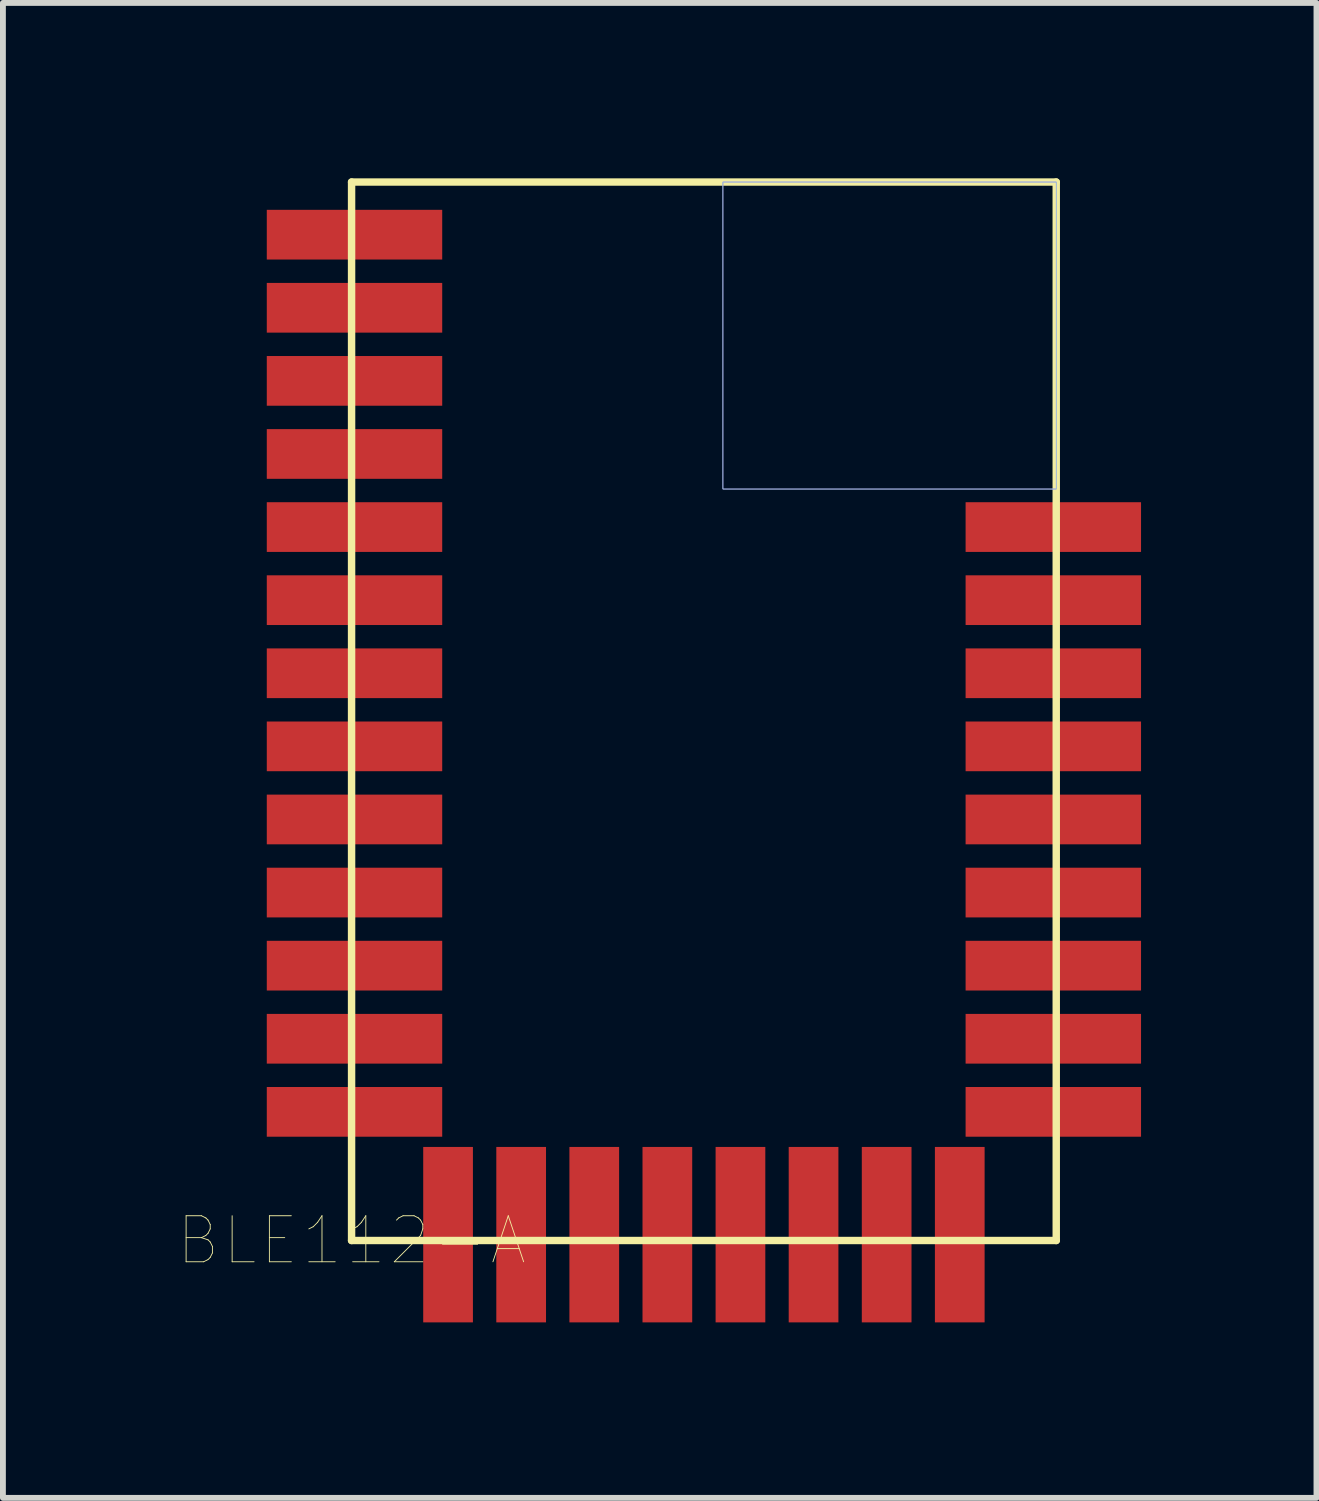
<source format=kicad_pcb>
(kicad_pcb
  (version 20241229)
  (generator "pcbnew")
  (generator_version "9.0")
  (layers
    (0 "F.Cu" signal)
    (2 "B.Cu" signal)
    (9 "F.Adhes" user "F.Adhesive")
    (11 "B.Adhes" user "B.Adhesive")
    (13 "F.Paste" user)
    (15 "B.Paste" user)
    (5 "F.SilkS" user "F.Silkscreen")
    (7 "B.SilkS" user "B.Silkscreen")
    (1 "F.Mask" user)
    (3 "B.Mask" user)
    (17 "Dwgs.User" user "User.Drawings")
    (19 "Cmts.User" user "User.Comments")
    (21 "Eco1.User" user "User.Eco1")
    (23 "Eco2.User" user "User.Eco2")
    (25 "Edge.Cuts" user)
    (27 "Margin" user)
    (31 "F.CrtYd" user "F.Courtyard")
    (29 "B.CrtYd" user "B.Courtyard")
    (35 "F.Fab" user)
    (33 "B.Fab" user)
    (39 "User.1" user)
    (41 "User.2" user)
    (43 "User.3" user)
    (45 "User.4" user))
  (footprint "BLE112-A"
    (layer "F.Cu")
    (at 2.962 18.163)
    (property "Reference" "BLE112-A" (at 0 0 0) (layer "F.SilkS") (effects (font (size 0.787 0.787) (thickness 0.015))))
    (attr through_hole)
    (fp_line (start 0 -18.1) (end 0 0) (stroke (width 0.127) (type solid)) (layer "F.SilkS"))
    (fp_line (start 0 0) (end 12.05 0) (stroke (width 0.127) (type solid)) (layer "F.SilkS"))
    (fp_line (start 12.05 -18.1) (end 0 -18.1) (stroke (width 0.127) (type solid)) (layer "F.SilkS"))
    (fp_line (start 12.05 0) (end 12.05 -18.1) (stroke (width 0.127) (type solid)) (layer "F.SilkS"))
    (fp_poly (pts (xy 6.35 -18.1) (xy 12.05 -18.1) (xy 12.05 -12.85) (xy 6.35 -12.85)) (stroke (width 0.01) (type solid)) (fill no) (layer "Dwgs.User"))
    (fp_poly (pts (xy 6.35 -18.1) (xy 12.05 -18.1) (xy 12.05 -12.85) (xy 6.35 -12.85)) (stroke (width 0.01) (type solid)) (fill no) (layer "B.CrtYd"))
    (fp_poly (pts (xy 6.35 -18.1) (xy 12.05 -18.1) (xy 12.05 -12.85) (xy 6.35 -12.85)) (stroke (width 0.01) (type solid)) (fill no) (layer "F.CrtYd"))
    (pad "1" smd rect (at 0.05 -17.2) (size 3 0.85) (layers "F.Cu" "F.Mask" "F.Paste"))
    (pad "2" smd rect (at 0.05 -15.95) (size 3 0.85) (layers "F.Cu" "F.Mask" "F.Paste"))
    (pad "3" smd rect (at 0.05 -14.7) (size 3 0.85) (layers "F.Cu" "F.Mask" "F.Paste"))
    (pad "4" smd rect (at 0.05 -13.45) (size 3 0.85) (layers "F.Cu" "F.Mask" "F.Paste"))
    (pad "5" smd rect (at 0.05 -12.2) (size 3 0.85) (layers "F.Cu" "F.Mask" "F.Paste"))
    (pad "6" smd rect (at 0.05 -10.95) (size 3 0.85) (layers "F.Cu" "F.Mask" "F.Paste"))
    (pad "7" smd rect (at 0.05 -9.7) (size 3 0.85) (layers "F.Cu" "F.Mask" "F.Paste"))
    (pad "8" smd rect (at 0.05 -8.45) (size 3 0.85) (layers "F.Cu" "F.Mask" "F.Paste"))
    (pad "9" smd rect (at 0.05 -7.2) (size 3 0.85) (layers "F.Cu" "F.Mask" "F.Paste"))
    (pad "10" smd rect (at 0.05 -5.95) (size 3 0.85) (layers "F.Cu" "F.Mask" "F.Paste"))
    (pad "11" smd rect (at 0.05 -4.7) (size 3 0.85) (layers "F.Cu" "F.Mask" "F.Paste"))
    (pad "12" smd rect (at 0.05 -3.45) (size 3 0.85) (layers "F.Cu" "F.Mask" "F.Paste"))
    (pad "13" smd rect (at 0.05 -2.2) (size 3 0.85) (layers "F.Cu" "F.Mask" "F.Paste"))
    (pad "14" smd rect (at 1.65 -0.1) (size 0.85 3) (layers "F.Cu" "F.Mask" "F.Paste"))
    (pad "15" smd rect (at 2.9 -0.1) (size 0.85 3) (layers "F.Cu" "F.Mask" "F.Paste"))
    (pad "16" smd rect (at 4.15 -0.1) (size 0.85 3) (layers "F.Cu" "F.Mask" "F.Paste"))
    (pad "17" smd rect (at 5.4 -0.1) (size 0.85 3) (layers "F.Cu" "F.Mask" "F.Paste"))
    (pad "18" smd rect (at 6.65 -0.1) (size 0.85 3) (layers "F.Cu" "F.Mask" "F.Paste"))
    (pad "19" smd rect (at 7.9 -0.1) (size 0.85 3) (layers "F.Cu" "F.Mask" "F.Paste"))
    (pad "20" smd rect (at 9.15 -0.1) (size 0.85 3) (layers "F.Cu" "F.Mask" "F.Paste"))
    (pad "21" smd rect (at 10.4 -0.1) (size 0.85 3) (layers "F.Cu" "F.Mask" "F.Paste"))
    (pad "22" smd rect (at 12 -2.2) (size 3 0.85) (layers "F.Cu" "F.Mask" "F.Paste"))
    (pad "23" smd rect (at 12 -3.45) (size 3 0.85) (layers "F.Cu" "F.Mask" "F.Paste"))
    (pad "24" smd rect (at 12 -4.7) (size 3 0.85) (layers "F.Cu" "F.Mask" "F.Paste"))
    (pad "25" smd rect (at 12 -5.95) (size 3 0.85) (layers "F.Cu" "F.Mask" "F.Paste"))
    (pad "26" smd rect (at 12 -7.2) (size 3 0.85) (layers "F.Cu" "F.Mask" "F.Paste"))
    (pad "27" smd rect (at 12 -8.45) (size 3 0.85) (layers "F.Cu" "F.Mask" "F.Paste"))
    (pad "28" smd rect (at 12 -9.7) (size 3 0.85) (layers "F.Cu" "F.Mask" "F.Paste"))
    (pad "29" smd rect (at 12 -10.95) (size 3 0.85) (layers "F.Cu" "F.Mask" "F.Paste"))
    (pad "30" smd rect (at 12 -12.2) (size 3 0.85) (layers "F.Cu" "F.Mask" "F.Paste")))
  (gr_rect
    (start -3 -3)
    (end 19.462 22.564)
    (stroke (width 0.1) (type default))
    (fill no)
    (layer "Edge.Cuts")))
</source>
